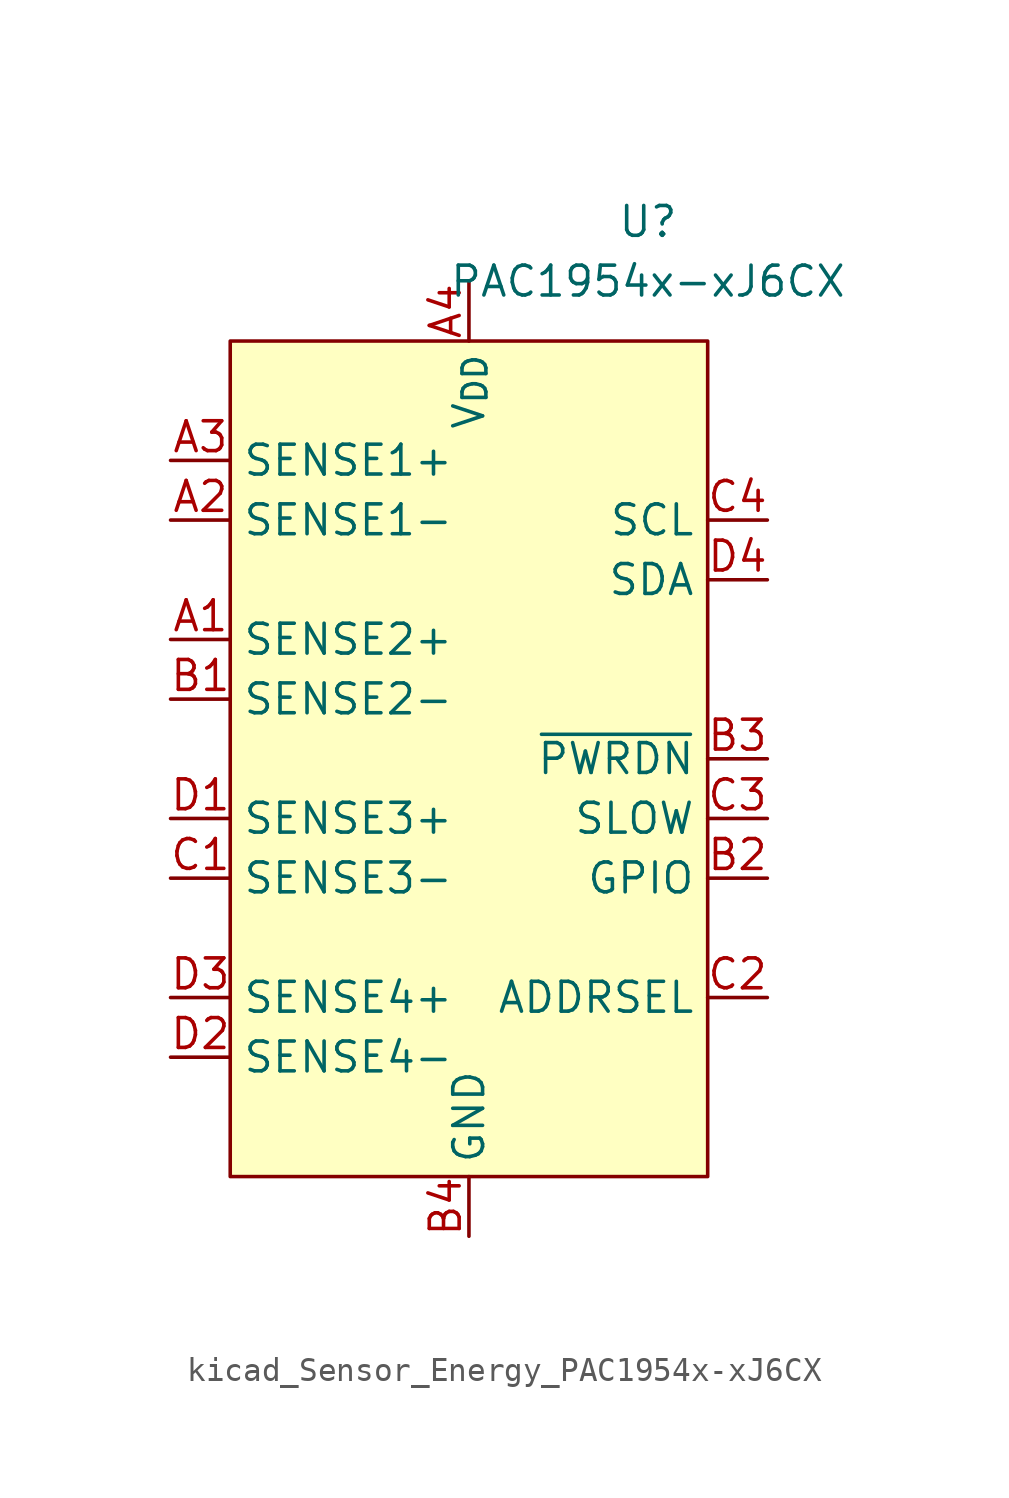
<source format=kicad_sym>
(kicad_symbol_lib
  (version 20220914)
  (generator kicad_symbol_editor)
  (symbol "kicad_Sensor_Energy_PAC1954x-xJ6CX"
    (property "Reference" "U"
      (at 7.62 22.86 0)
      (effects (font (size 1.27 1.27))))
    (property "Value" "PAC1954x-xJ6CX"
      (at 7.62 20.32 0)
      (effects (font (size 1.27 1.27))))
    (symbol "kicad_Sensor_Energy_PAC1954x-xJ6CX_0_0"
      (pin input line (at -12.7 5.08 0) (length 2.54) (name "SENSE2+" (effects (font (size 1.27 1.27)))) (number "A1" (effects (font (size 1.27 1.27)))))
      (pin input line (at -12.7 10.16 0) (length 2.54) (name "SENSE1-" (effects (font (size 1.27 1.27)))) (number "A2" (effects (font (size 1.27 1.27)))))
      (pin input line (at -12.7 12.7 0) (length 2.54) (name "SENSE1+" (effects (font (size 1.27 1.27)))) (number "A3" (effects (font (size 1.27 1.27)))))
      (pin power_in line (at 0 20.32 270) (length 2.54) (name "V_{DD}" (effects (font (size 1.27 1.27)))) (number "A4" (effects (font (size 1.27 1.27)))))
      (pin input line (at -12.7 2.54 0) (length 2.54) (name "SENSE2-" (effects (font (size 1.27 1.27)))) (number "B1" (effects (font (size 1.27 1.27)))))
      (pin bidirectional line (at 12.7 -5.08 180) (length 2.54) (name "GPIO" (effects (font (size 1.27 1.27)))) (number "B2" (effects (font (size 1.27 1.27)))) (alternate "~{ALERT2}" open_collector line))
      (pin input line (at 12.7 0 180) (length 2.54) (name "~{PWRDN}" (effects (font (size 1.27 1.27)))) (number "B3" (effects (font (size 1.27 1.27)))))
      (pin power_in line (at 0 -20.32 90) (length 2.54) (name "GND" (effects (font (size 1.27 1.27)))) (number "B4" (effects (font (size 1.27 1.27)))))
      (pin input line (at -12.7 -5.08 0) (length 2.54) (name "SENSE3-" (effects (font (size 1.27 1.27)))) (number "C1" (effects (font (size 1.27 1.27)))))
      (pin passive line (at 12.7 -10.16 180) (length 2.54) (name "ADDRSEL" (effects (font (size 1.27 1.27)))) (number "C2" (effects (font (size 1.27 1.27)))))
      (pin input line (at 12.7 -2.54 180) (length 2.54) (name "SLOW" (effects (font (size 1.27 1.27)))) (number "C3" (effects (font (size 1.27 1.27)))) (alternate "GPIO" bidirectional line) (alternate "~{ALERT1}" open_collector line))
      (pin input line (at 12.7 10.16 180) (length 2.54) (name "SCL" (effects (font (size 1.27 1.27)))) (number "C4" (effects (font (size 1.27 1.27)))) (alternate "SM_CLK" input line))
      (pin input line (at -12.7 -2.54 0) (length 2.54) (name "SENSE3+" (effects (font (size 1.27 1.27)))) (number "D1" (effects (font (size 1.27 1.27)))))
      (pin input line (at -12.7 -12.7 0) (length 2.54) (name "SENSE4-" (effects (font (size 1.27 1.27)))) (number "D2" (effects (font (size 1.27 1.27)))))
      (pin input line (at -12.7 -10.16 0) (length 2.54) (name "SENSE4+" (effects (font (size 1.27 1.27)))) (number "D3" (effects (font (size 1.27 1.27)))))
      (pin bidirectional line (at 12.7 7.62 180) (length 2.54) (name "SDA" (effects (font (size 1.27 1.27)))) (number "D4" (effects (font (size 1.27 1.27)))) (alternate "SM_DATA" bidirectional line)))
    (symbol "kicad_Sensor_Energy_PAC1954x-xJ6CX_0_1"
      (rectangle (start -10.16 17.78) (end 10.16 -17.78) (stroke (width 0) (type default)) (fill (type background))))))
</source>
